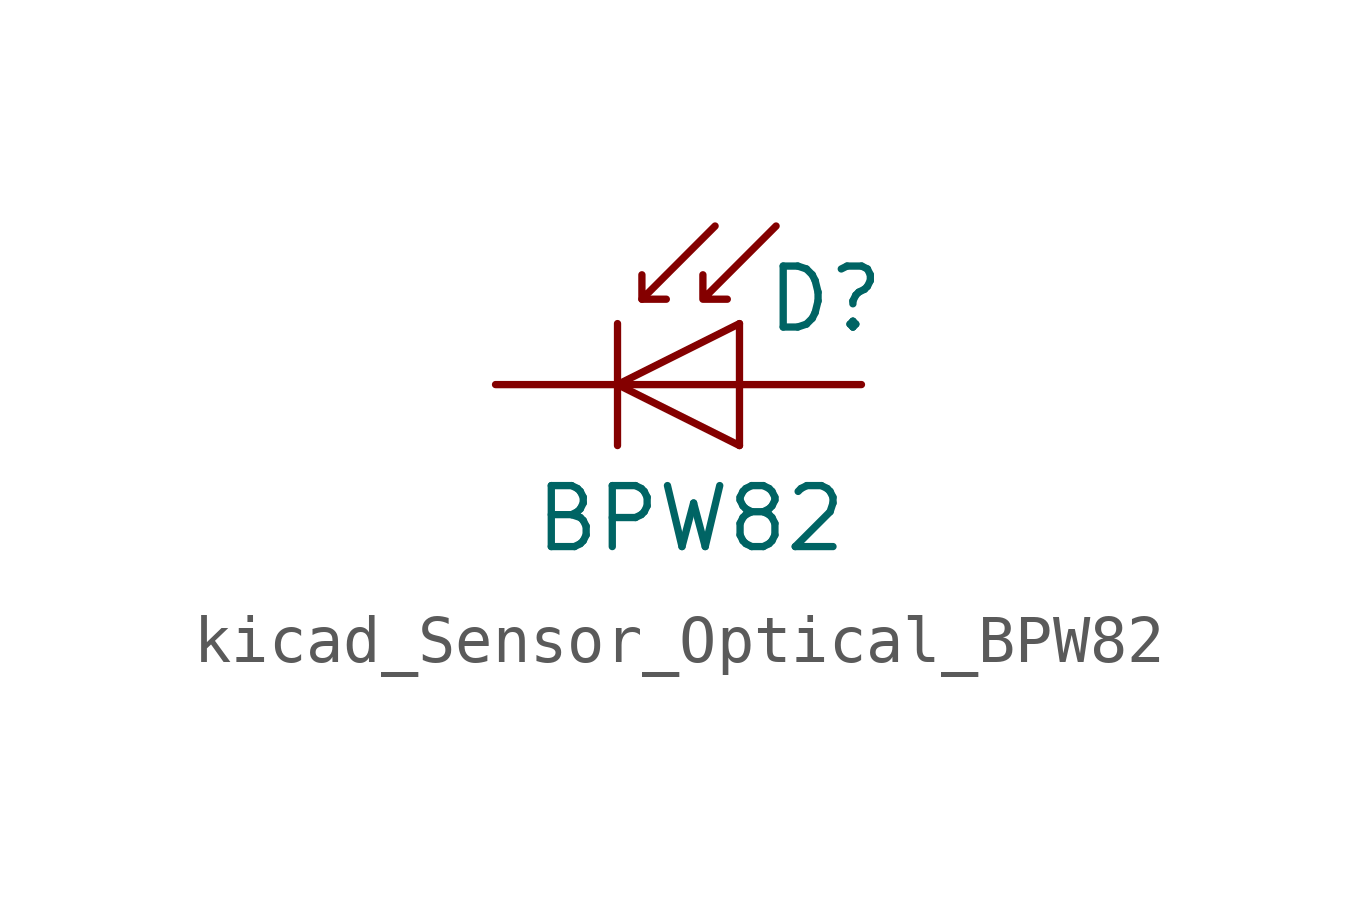
<source format=kicad_sym>
(kicad_symbol_lib
  (version 20220914)
  (generator kicad_symbol_editor)
  (symbol "kicad_Sensor_Optical_BPW82"
    (pin_numbers hide)
    (pin_names hide)
    (property "Reference" "D"
      (at 0.508 1.778 0)
      (effects (font (size 1.27 1.27)) (justify left)))
    (property "Value" "BPW82"
      (at -1.016 -2.794 0)
      (effects (font (size 1.27 1.27))))
    (symbol "kicad_Sensor_Optical_BPW82_0_1"
      (polyline (pts (xy -2.54 1.27) (xy -2.54 -1.27)) (stroke (width 0.152) (type default)) (fill (type none)))
      (polyline (pts (xy -2.032 1.778) (xy -1.524 1.778)) (stroke (width 0) (type default)) (fill (type none)))
      (polyline (pts (xy 0 0) (xy -2.54 0)) (stroke (width 0) (type default)) (fill (type none)))
      (polyline (pts (xy 0 1.27) (xy 0 -1.27)) (stroke (width 0) (type default)) (fill (type none)))
      (polyline (pts (xy -0.508 3.302) (xy -2.032 1.778) (xy -2.032 2.286)) (stroke (width 0) (type default)) (fill (type none)))
      (polyline (pts (xy 0 1.27) (xy -2.54 0) (xy 0 -1.27)) (stroke (width 0) (type default)) (fill (type none)))
      (polyline (pts (xy 0.762 3.302) (xy -0.762 1.778) (xy -0.762 2.286) (xy -0.762 1.778) (xy -0.254 1.778)) (stroke (width 0) (type default)) (fill (type none))))
    (symbol "kicad_Sensor_Optical_BPW82_1_1"
      (pin passive line (at -5.08 0 0) (length 2.54) (name "K" (effects (font (size 1.27 1.27)))) (number "1" (effects (font (size 1.27 1.27)))))
      (pin passive line (at 2.54 0 180) (length 2.54) (name "A" (effects (font (size 1.27 1.27)))) (number "2" (effects (font (size 1.27 1.27))))))))
</source>
